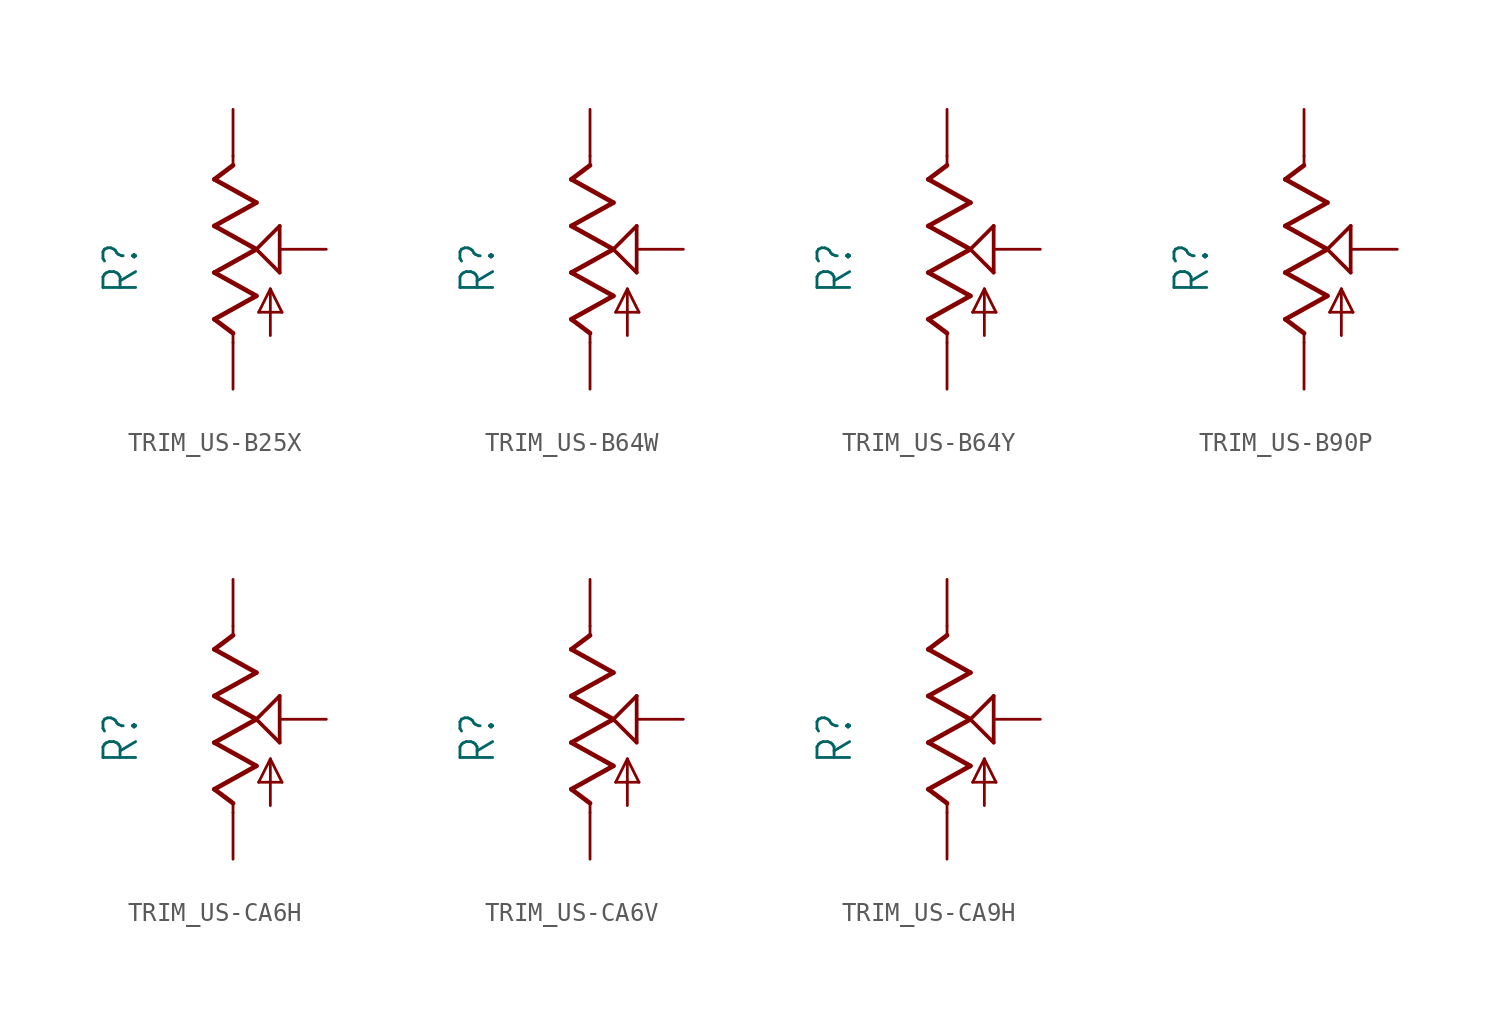
<source format=kicad_sym>
(kicad_symbol_lib
  (version 20241209)
  (generator "kicad_symbol_editor")
  (generator_version "9.0")
  (symbol "TRIM_US-B25X"
    (property "Reference" "R"
      (at -5.08 -2.54 90)
      (effects (font (size 1.778 1.511)) (justify left bottom)))
    (property "Value" ""
      (at -2.54 -2.54 90)
      (effects (font (size 1.778 1.511)) (justify left bottom)))
    (property "ki_locked" ""
      (at 0 0 0)
      (effects (font (size 1.27 1.27))))
    (symbol "TRIM_US-B25X_1_0"
      (polyline (pts (xy -1.016 3.81) (xy 0 4.572)) (stroke (width 0.254) (type solid)) (fill (type none)))
      (polyline (pts (xy -1.016 1.27) (xy 1.27 2.54)) (stroke (width 0.254) (type solid)) (fill (type none)))
      (polyline (pts (xy -1.016 -1.27) (xy 1.27 0)) (stroke (width 0.254) (type solid)) (fill (type none)))
      (polyline (pts (xy -1.016 -3.81) (xy 1.27 -2.54)) (stroke (width 0.254) (type solid)) (fill (type none)))
      (polyline (pts (xy 0 4.572) (xy 0 5.08)) (stroke (width 0.152) (type solid)) (fill (type none)))
      (polyline (pts (xy 0 -4.572) (xy -1.016 -3.81)) (stroke (width 0.254) (type solid)) (fill (type none)))
      (polyline (pts (xy 0 -5.08) (xy 0 -4.572)) (stroke (width 0.152) (type solid)) (fill (type none)))
      (polyline (pts (xy 1.27 2.54) (xy -1.016 3.81)) (stroke (width 0.254) (type solid)) (fill (type none)))
      (polyline (pts (xy 1.27 0) (xy -1.016 1.27)) (stroke (width 0.254) (type solid)) (fill (type none)))
      (polyline (pts (xy 1.27 0) (xy 2.54 1.27)) (stroke (width 0.203) (type solid)) (fill (type none)))
      (polyline (pts (xy 1.27 -2.54) (xy -1.016 -1.27)) (stroke (width 0.254) (type solid)) (fill (type none)))
      (polyline (pts (xy 1.397 -3.429) (xy 2.032 -2.159)) (stroke (width 0.152) (type solid)) (fill (type none)))
      (polyline (pts (xy 2.032 -2.159) (xy 2.667 -3.429)) (stroke (width 0.152) (type solid)) (fill (type none)))
      (polyline (pts (xy 2.032 -4.699) (xy 2.032 -2.159)) (stroke (width 0.152) (type solid)) (fill (type none)))
      (polyline (pts (xy 2.54 1.27) (xy 2.54 -1.27)) (stroke (width 0.203) (type solid)) (fill (type none)))
      (polyline (pts (xy 2.54 -1.27) (xy 1.27 0)) (stroke (width 0.203) (type solid)) (fill (type none)))
      (polyline (pts (xy 2.667 -3.429) (xy 1.397 -3.429)) (stroke (width 0.152) (type solid)) (fill (type none)))
      (pin passive line (at 0 7.62 270) (length 2.54) (name "E" (effects (font (size 0 0)))) (number "E" (effects (font (size 0 0)))))
      (pin passive line (at 0 -7.62 90) (length 2.54) (name "A" (effects (font (size 0 0)))) (number "A" (effects (font (size 0 0)))))
      (pin passive line (at 5.08 0 180) (length 2.54) (name "S" (effects (font (size 0 0)))) (number "S" (effects (font (size 0 0)))))))
  (symbol "TRIM_US-B64W"
    (property "Reference" "R"
      (at -5.08 -2.54 90)
      (effects (font (size 1.778 1.511)) (justify left bottom)))
    (property "Value" ""
      (at -2.54 -2.54 90)
      (effects (font (size 1.778 1.511)) (justify left bottom)))
    (property "ki_locked" ""
      (at 0 0 0)
      (effects (font (size 1.27 1.27))))
    (symbol "TRIM_US-B64W_1_0"
      (polyline (pts (xy -1.016 3.81) (xy 0 4.572)) (stroke (width 0.254) (type solid)) (fill (type none)))
      (polyline (pts (xy -1.016 1.27) (xy 1.27 2.54)) (stroke (width 0.254) (type solid)) (fill (type none)))
      (polyline (pts (xy -1.016 -1.27) (xy 1.27 0)) (stroke (width 0.254) (type solid)) (fill (type none)))
      (polyline (pts (xy -1.016 -3.81) (xy 1.27 -2.54)) (stroke (width 0.254) (type solid)) (fill (type none)))
      (polyline (pts (xy 0 4.572) (xy 0 5.08)) (stroke (width 0.152) (type solid)) (fill (type none)))
      (polyline (pts (xy 0 -4.572) (xy -1.016 -3.81)) (stroke (width 0.254) (type solid)) (fill (type none)))
      (polyline (pts (xy 0 -5.08) (xy 0 -4.572)) (stroke (width 0.152) (type solid)) (fill (type none)))
      (polyline (pts (xy 1.27 2.54) (xy -1.016 3.81)) (stroke (width 0.254) (type solid)) (fill (type none)))
      (polyline (pts (xy 1.27 0) (xy -1.016 1.27)) (stroke (width 0.254) (type solid)) (fill (type none)))
      (polyline (pts (xy 1.27 0) (xy 2.54 1.27)) (stroke (width 0.203) (type solid)) (fill (type none)))
      (polyline (pts (xy 1.27 -2.54) (xy -1.016 -1.27)) (stroke (width 0.254) (type solid)) (fill (type none)))
      (polyline (pts (xy 1.397 -3.429) (xy 2.032 -2.159)) (stroke (width 0.152) (type solid)) (fill (type none)))
      (polyline (pts (xy 2.032 -2.159) (xy 2.667 -3.429)) (stroke (width 0.152) (type solid)) (fill (type none)))
      (polyline (pts (xy 2.032 -4.699) (xy 2.032 -2.159)) (stroke (width 0.152) (type solid)) (fill (type none)))
      (polyline (pts (xy 2.54 1.27) (xy 2.54 -1.27)) (stroke (width 0.203) (type solid)) (fill (type none)))
      (polyline (pts (xy 2.54 -1.27) (xy 1.27 0)) (stroke (width 0.203) (type solid)) (fill (type none)))
      (polyline (pts (xy 2.667 -3.429) (xy 1.397 -3.429)) (stroke (width 0.152) (type solid)) (fill (type none)))
      (pin passive line (at 0 7.62 270) (length 2.54) (name "E" (effects (font (size 0 0)))) (number "E" (effects (font (size 0 0)))))
      (pin passive line (at 0 -7.62 90) (length 2.54) (name "A" (effects (font (size 0 0)))) (number "A" (effects (font (size 0 0)))))
      (pin passive line (at 5.08 0 180) (length 2.54) (name "S" (effects (font (size 0 0)))) (number "S" (effects (font (size 0 0)))))))
  (symbol "TRIM_US-B64Y"
    (property "Reference" "R"
      (at -5.08 -2.54 90)
      (effects (font (size 1.778 1.511)) (justify left bottom)))
    (property "Value" ""
      (at -2.54 -2.54 90)
      (effects (font (size 1.778 1.511)) (justify left bottom)))
    (property "ki_locked" ""
      (at 0 0 0)
      (effects (font (size 1.27 1.27))))
    (symbol "TRIM_US-B64Y_1_0"
      (polyline (pts (xy -1.016 3.81) (xy 0 4.572)) (stroke (width 0.254) (type solid)) (fill (type none)))
      (polyline (pts (xy -1.016 1.27) (xy 1.27 2.54)) (stroke (width 0.254) (type solid)) (fill (type none)))
      (polyline (pts (xy -1.016 -1.27) (xy 1.27 0)) (stroke (width 0.254) (type solid)) (fill (type none)))
      (polyline (pts (xy -1.016 -3.81) (xy 1.27 -2.54)) (stroke (width 0.254) (type solid)) (fill (type none)))
      (polyline (pts (xy 0 4.572) (xy 0 5.08)) (stroke (width 0.152) (type solid)) (fill (type none)))
      (polyline (pts (xy 0 -4.572) (xy -1.016 -3.81)) (stroke (width 0.254) (type solid)) (fill (type none)))
      (polyline (pts (xy 0 -5.08) (xy 0 -4.572)) (stroke (width 0.152) (type solid)) (fill (type none)))
      (polyline (pts (xy 1.27 2.54) (xy -1.016 3.81)) (stroke (width 0.254) (type solid)) (fill (type none)))
      (polyline (pts (xy 1.27 0) (xy -1.016 1.27)) (stroke (width 0.254) (type solid)) (fill (type none)))
      (polyline (pts (xy 1.27 0) (xy 2.54 1.27)) (stroke (width 0.203) (type solid)) (fill (type none)))
      (polyline (pts (xy 1.27 -2.54) (xy -1.016 -1.27)) (stroke (width 0.254) (type solid)) (fill (type none)))
      (polyline (pts (xy 1.397 -3.429) (xy 2.032 -2.159)) (stroke (width 0.152) (type solid)) (fill (type none)))
      (polyline (pts (xy 2.032 -2.159) (xy 2.667 -3.429)) (stroke (width 0.152) (type solid)) (fill (type none)))
      (polyline (pts (xy 2.032 -4.699) (xy 2.032 -2.159)) (stroke (width 0.152) (type solid)) (fill (type none)))
      (polyline (pts (xy 2.54 1.27) (xy 2.54 -1.27)) (stroke (width 0.203) (type solid)) (fill (type none)))
      (polyline (pts (xy 2.54 -1.27) (xy 1.27 0)) (stroke (width 0.203) (type solid)) (fill (type none)))
      (polyline (pts (xy 2.667 -3.429) (xy 1.397 -3.429)) (stroke (width 0.152) (type solid)) (fill (type none)))
      (pin passive line (at 0 7.62 270) (length 2.54) (name "E" (effects (font (size 0 0)))) (number "E" (effects (font (size 0 0)))))
      (pin passive line (at 0 -7.62 90) (length 2.54) (name "A" (effects (font (size 0 0)))) (number "A" (effects (font (size 0 0)))))
      (pin passive line (at 5.08 0 180) (length 2.54) (name "S" (effects (font (size 0 0)))) (number "S" (effects (font (size 0 0)))))))
  (symbol "TRIM_US-B90P"
    (property "Reference" "R"
      (at -5.08 -2.54 90)
      (effects (font (size 1.778 1.511)) (justify left bottom)))
    (property "Value" ""
      (at -2.54 -2.54 90)
      (effects (font (size 1.778 1.511)) (justify left bottom)))
    (property "ki_locked" ""
      (at 0 0 0)
      (effects (font (size 1.27 1.27))))
    (symbol "TRIM_US-B90P_1_0"
      (polyline (pts (xy -1.016 3.81) (xy 0 4.572)) (stroke (width 0.254) (type solid)) (fill (type none)))
      (polyline (pts (xy -1.016 1.27) (xy 1.27 2.54)) (stroke (width 0.254) (type solid)) (fill (type none)))
      (polyline (pts (xy -1.016 -1.27) (xy 1.27 0)) (stroke (width 0.254) (type solid)) (fill (type none)))
      (polyline (pts (xy -1.016 -3.81) (xy 1.27 -2.54)) (stroke (width 0.254) (type solid)) (fill (type none)))
      (polyline (pts (xy 0 4.572) (xy 0 5.08)) (stroke (width 0.152) (type solid)) (fill (type none)))
      (polyline (pts (xy 0 -4.572) (xy -1.016 -3.81)) (stroke (width 0.254) (type solid)) (fill (type none)))
      (polyline (pts (xy 0 -5.08) (xy 0 -4.572)) (stroke (width 0.152) (type solid)) (fill (type none)))
      (polyline (pts (xy 1.27 2.54) (xy -1.016 3.81)) (stroke (width 0.254) (type solid)) (fill (type none)))
      (polyline (pts (xy 1.27 0) (xy -1.016 1.27)) (stroke (width 0.254) (type solid)) (fill (type none)))
      (polyline (pts (xy 1.27 0) (xy 2.54 1.27)) (stroke (width 0.203) (type solid)) (fill (type none)))
      (polyline (pts (xy 1.27 -2.54) (xy -1.016 -1.27)) (stroke (width 0.254) (type solid)) (fill (type none)))
      (polyline (pts (xy 1.397 -3.429) (xy 2.032 -2.159)) (stroke (width 0.152) (type solid)) (fill (type none)))
      (polyline (pts (xy 2.032 -2.159) (xy 2.667 -3.429)) (stroke (width 0.152) (type solid)) (fill (type none)))
      (polyline (pts (xy 2.032 -4.699) (xy 2.032 -2.159)) (stroke (width 0.152) (type solid)) (fill (type none)))
      (polyline (pts (xy 2.54 1.27) (xy 2.54 -1.27)) (stroke (width 0.203) (type solid)) (fill (type none)))
      (polyline (pts (xy 2.54 -1.27) (xy 1.27 0)) (stroke (width 0.203) (type solid)) (fill (type none)))
      (polyline (pts (xy 2.667 -3.429) (xy 1.397 -3.429)) (stroke (width 0.152) (type solid)) (fill (type none)))
      (pin passive line (at 0 7.62 270) (length 2.54) (name "E" (effects (font (size 0 0)))) (number "E" (effects (font (size 0 0)))))
      (pin passive line (at 0 -7.62 90) (length 2.54) (name "A" (effects (font (size 0 0)))) (number "A" (effects (font (size 0 0)))))
      (pin passive line (at 5.08 0 180) (length 2.54) (name "S" (effects (font (size 0 0)))) (number "S" (effects (font (size 0 0)))))))
  (symbol "TRIM_US-CA6H"
    (property "Reference" "R"
      (at -5.08 -2.54 90)
      (effects (font (size 1.778 1.511)) (justify left bottom)))
    (property "Value" ""
      (at -2.54 -2.54 90)
      (effects (font (size 1.778 1.511)) (justify left bottom)))
    (property "ki_locked" ""
      (at 0 0 0)
      (effects (font (size 1.27 1.27))))
    (symbol "TRIM_US-CA6H_1_0"
      (polyline (pts (xy -1.016 3.81) (xy 0 4.572)) (stroke (width 0.254) (type solid)) (fill (type none)))
      (polyline (pts (xy -1.016 1.27) (xy 1.27 2.54)) (stroke (width 0.254) (type solid)) (fill (type none)))
      (polyline (pts (xy -1.016 -1.27) (xy 1.27 0)) (stroke (width 0.254) (type solid)) (fill (type none)))
      (polyline (pts (xy -1.016 -3.81) (xy 1.27 -2.54)) (stroke (width 0.254) (type solid)) (fill (type none)))
      (polyline (pts (xy 0 4.572) (xy 0 5.08)) (stroke (width 0.152) (type solid)) (fill (type none)))
      (polyline (pts (xy 0 -4.572) (xy -1.016 -3.81)) (stroke (width 0.254) (type solid)) (fill (type none)))
      (polyline (pts (xy 0 -5.08) (xy 0 -4.572)) (stroke (width 0.152) (type solid)) (fill (type none)))
      (polyline (pts (xy 1.27 2.54) (xy -1.016 3.81)) (stroke (width 0.254) (type solid)) (fill (type none)))
      (polyline (pts (xy 1.27 0) (xy -1.016 1.27)) (stroke (width 0.254) (type solid)) (fill (type none)))
      (polyline (pts (xy 1.27 0) (xy 2.54 1.27)) (stroke (width 0.203) (type solid)) (fill (type none)))
      (polyline (pts (xy 1.27 -2.54) (xy -1.016 -1.27)) (stroke (width 0.254) (type solid)) (fill (type none)))
      (polyline (pts (xy 1.397 -3.429) (xy 2.032 -2.159)) (stroke (width 0.152) (type solid)) (fill (type none)))
      (polyline (pts (xy 2.032 -2.159) (xy 2.667 -3.429)) (stroke (width 0.152) (type solid)) (fill (type none)))
      (polyline (pts (xy 2.032 -4.699) (xy 2.032 -2.159)) (stroke (width 0.152) (type solid)) (fill (type none)))
      (polyline (pts (xy 2.54 1.27) (xy 2.54 -1.27)) (stroke (width 0.203) (type solid)) (fill (type none)))
      (polyline (pts (xy 2.54 -1.27) (xy 1.27 0)) (stroke (width 0.203) (type solid)) (fill (type none)))
      (polyline (pts (xy 2.667 -3.429) (xy 1.397 -3.429)) (stroke (width 0.152) (type solid)) (fill (type none)))
      (pin passive line (at 0 7.62 270) (length 2.54) (name "E" (effects (font (size 0 0)))) (number "E" (effects (font (size 0 0)))))
      (pin passive line (at 0 -7.62 90) (length 2.54) (name "A" (effects (font (size 0 0)))) (number "A" (effects (font (size 0 0)))))
      (pin passive line (at 5.08 0 180) (length 2.54) (name "S" (effects (font (size 0 0)))) (number "S" (effects (font (size 0 0)))))))
  (symbol "TRIM_US-CA6V"
    (property "Reference" "R"
      (at -5.08 -2.54 90)
      (effects (font (size 1.778 1.511)) (justify left bottom)))
    (property "Value" ""
      (at -2.54 -2.54 90)
      (effects (font (size 1.778 1.511)) (justify left bottom)))
    (property "ki_locked" ""
      (at 0 0 0)
      (effects (font (size 1.27 1.27))))
    (symbol "TRIM_US-CA6V_1_0"
      (polyline (pts (xy -1.016 3.81) (xy 0 4.572)) (stroke (width 0.254) (type solid)) (fill (type none)))
      (polyline (pts (xy -1.016 1.27) (xy 1.27 2.54)) (stroke (width 0.254) (type solid)) (fill (type none)))
      (polyline (pts (xy -1.016 -1.27) (xy 1.27 0)) (stroke (width 0.254) (type solid)) (fill (type none)))
      (polyline (pts (xy -1.016 -3.81) (xy 1.27 -2.54)) (stroke (width 0.254) (type solid)) (fill (type none)))
      (polyline (pts (xy 0 4.572) (xy 0 5.08)) (stroke (width 0.152) (type solid)) (fill (type none)))
      (polyline (pts (xy 0 -4.572) (xy -1.016 -3.81)) (stroke (width 0.254) (type solid)) (fill (type none)))
      (polyline (pts (xy 0 -5.08) (xy 0 -4.572)) (stroke (width 0.152) (type solid)) (fill (type none)))
      (polyline (pts (xy 1.27 2.54) (xy -1.016 3.81)) (stroke (width 0.254) (type solid)) (fill (type none)))
      (polyline (pts (xy 1.27 0) (xy -1.016 1.27)) (stroke (width 0.254) (type solid)) (fill (type none)))
      (polyline (pts (xy 1.27 0) (xy 2.54 1.27)) (stroke (width 0.203) (type solid)) (fill (type none)))
      (polyline (pts (xy 1.27 -2.54) (xy -1.016 -1.27)) (stroke (width 0.254) (type solid)) (fill (type none)))
      (polyline (pts (xy 1.397 -3.429) (xy 2.032 -2.159)) (stroke (width 0.152) (type solid)) (fill (type none)))
      (polyline (pts (xy 2.032 -2.159) (xy 2.667 -3.429)) (stroke (width 0.152) (type solid)) (fill (type none)))
      (polyline (pts (xy 2.032 -4.699) (xy 2.032 -2.159)) (stroke (width 0.152) (type solid)) (fill (type none)))
      (polyline (pts (xy 2.54 1.27) (xy 2.54 -1.27)) (stroke (width 0.203) (type solid)) (fill (type none)))
      (polyline (pts (xy 2.54 -1.27) (xy 1.27 0)) (stroke (width 0.203) (type solid)) (fill (type none)))
      (polyline (pts (xy 2.667 -3.429) (xy 1.397 -3.429)) (stroke (width 0.152) (type solid)) (fill (type none)))
      (pin passive line (at 0 7.62 270) (length 2.54) (name "E" (effects (font (size 0 0)))) (number "E" (effects (font (size 0 0)))))
      (pin passive line (at 0 -7.62 90) (length 2.54) (name "A" (effects (font (size 0 0)))) (number "A" (effects (font (size 0 0)))))
      (pin passive line (at 5.08 0 180) (length 2.54) (name "S" (effects (font (size 0 0)))) (number "S" (effects (font (size 0 0)))))))
  (symbol "TRIM_US-CA9H"
    (property "Reference" "R"
      (at -5.08 -2.54 90)
      (effects (font (size 1.778 1.511)) (justify left bottom)))
    (property "Value" ""
      (at -2.54 -2.54 90)
      (effects (font (size 1.778 1.511)) (justify left bottom)))
    (property "ki_locked" ""
      (at 0 0 0)
      (effects (font (size 1.27 1.27))))
    (symbol "TRIM_US-CA9H_1_0"
      (polyline (pts (xy -1.016 3.81) (xy 0 4.572)) (stroke (width 0.254) (type solid)) (fill (type none)))
      (polyline (pts (xy -1.016 1.27) (xy 1.27 2.54)) (stroke (width 0.254) (type solid)) (fill (type none)))
      (polyline (pts (xy -1.016 -1.27) (xy 1.27 0)) (stroke (width 0.254) (type solid)) (fill (type none)))
      (polyline (pts (xy -1.016 -3.81) (xy 1.27 -2.54)) (stroke (width 0.254) (type solid)) (fill (type none)))
      (polyline (pts (xy 0 4.572) (xy 0 5.08)) (stroke (width 0.152) (type solid)) (fill (type none)))
      (polyline (pts (xy 0 -4.572) (xy -1.016 -3.81)) (stroke (width 0.254) (type solid)) (fill (type none)))
      (polyline (pts (xy 0 -5.08) (xy 0 -4.572)) (stroke (width 0.152) (type solid)) (fill (type none)))
      (polyline (pts (xy 1.27 2.54) (xy -1.016 3.81)) (stroke (width 0.254) (type solid)) (fill (type none)))
      (polyline (pts (xy 1.27 0) (xy -1.016 1.27)) (stroke (width 0.254) (type solid)) (fill (type none)))
      (polyline (pts (xy 1.27 0) (xy 2.54 1.27)) (stroke (width 0.203) (type solid)) (fill (type none)))
      (polyline (pts (xy 1.27 -2.54) (xy -1.016 -1.27)) (stroke (width 0.254) (type solid)) (fill (type none)))
      (polyline (pts (xy 1.397 -3.429) (xy 2.032 -2.159)) (stroke (width 0.152) (type solid)) (fill (type none)))
      (polyline (pts (xy 2.032 -2.159) (xy 2.667 -3.429)) (stroke (width 0.152) (type solid)) (fill (type none)))
      (polyline (pts (xy 2.032 -4.699) (xy 2.032 -2.159)) (stroke (width 0.152) (type solid)) (fill (type none)))
      (polyline (pts (xy 2.54 1.27) (xy 2.54 -1.27)) (stroke (width 0.203) (type solid)) (fill (type none)))
      (polyline (pts (xy 2.54 -1.27) (xy 1.27 0)) (stroke (width 0.203) (type solid)) (fill (type none)))
      (polyline (pts (xy 2.667 -3.429) (xy 1.397 -3.429)) (stroke (width 0.152) (type solid)) (fill (type none)))
      (pin passive line (at 0 7.62 270) (length 2.54) (name "E" (effects (font (size 0 0)))) (number "E" (effects (font (size 0 0)))))
      (pin passive line (at 0 -7.62 90) (length 2.54) (name "A" (effects (font (size 0 0)))) (number "A" (effects (font (size 0 0)))))
      (pin passive line (at 5.08 0 180) (length 2.54) (name "S" (effects (font (size 0 0)))) (number "S" (effects (font (size 0 0))))))))
</source>
